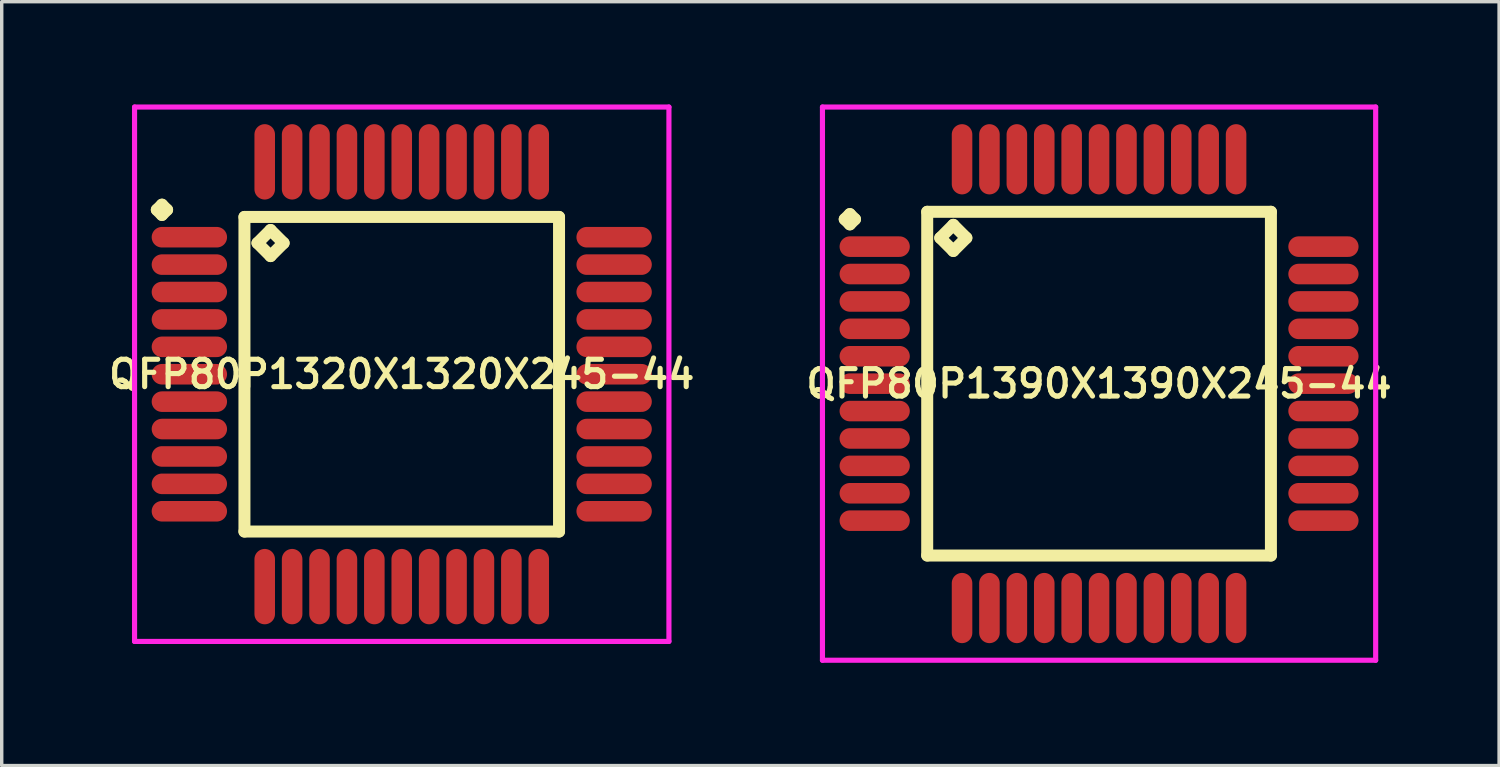
<source format=kicad_pcb>
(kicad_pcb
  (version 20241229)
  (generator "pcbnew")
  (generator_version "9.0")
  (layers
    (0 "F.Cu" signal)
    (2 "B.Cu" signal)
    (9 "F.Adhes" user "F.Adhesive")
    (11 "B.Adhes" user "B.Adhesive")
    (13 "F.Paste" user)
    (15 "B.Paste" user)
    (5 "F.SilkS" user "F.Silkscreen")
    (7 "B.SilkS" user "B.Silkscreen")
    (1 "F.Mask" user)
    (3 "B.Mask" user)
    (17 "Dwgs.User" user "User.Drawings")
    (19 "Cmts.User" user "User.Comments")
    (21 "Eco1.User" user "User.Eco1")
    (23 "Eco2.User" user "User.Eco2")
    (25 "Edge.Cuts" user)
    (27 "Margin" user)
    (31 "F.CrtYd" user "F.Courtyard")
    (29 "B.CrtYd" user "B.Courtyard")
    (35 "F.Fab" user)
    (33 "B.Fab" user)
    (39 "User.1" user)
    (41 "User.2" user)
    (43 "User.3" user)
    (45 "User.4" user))
  (footprint "QFP80P1390X1390X245-44"
    (layer "F.Cu")
    (at 29.035 8.15)
    (property "Reference" "QFP80P1390X1390X245-44" (at 0 0 0) (layer "F.SilkS") (effects (font (size 0.8 0.8) (thickness 0.15))))
    (attr smd)
    (fp_line (start -7.425 -4.8) (end -7.275 -4.95) (stroke (width 0.35) (type solid)) (layer "F.SilkS"))
    (fp_line (start -7.275 -4.95) (end -7.125 -4.8) (stroke (width 0.35) (type solid)) (layer "F.SilkS"))
    (fp_line (start -7.275 -4.65) (end -7.425 -4.8) (stroke (width 0.35) (type solid)) (layer "F.SilkS"))
    (fp_line (start -7.125 -4.8) (end -7.275 -4.65) (stroke (width 0.35) (type solid)) (layer "F.SilkS"))
    (fp_line (start -5.017 -5.017) (end -5.017 5.017) (stroke (width 0.35) (type solid)) (layer "F.SilkS"))
    (fp_line (start -5.017 5.017) (end 5.017 5.017) (stroke (width 0.35) (type solid)) (layer "F.SilkS"))
    (fp_line (start -4.636 -4.255) (end -4.255 -4.636) (stroke (width 0.35) (type solid)) (layer "F.SilkS"))
    (fp_line (start -4.255 -4.636) (end -3.874 -4.255) (stroke (width 0.35) (type solid)) (layer "F.SilkS"))
    (fp_line (start -4.255 -3.874) (end -4.636 -4.255) (stroke (width 0.35) (type solid)) (layer "F.SilkS"))
    (fp_line (start -3.874 -4.255) (end -4.255 -3.874) (stroke (width 0.35) (type solid)) (layer "F.SilkS"))
    (fp_line (start 5.017 -5.017) (end -5.017 -5.017) (stroke (width 0.35) (type solid)) (layer "F.SilkS"))
    (fp_line (start 5.017 5.017) (end 5.017 -5.017) (stroke (width 0.35) (type solid)) (layer "F.SilkS"))
    (fp_line (start -8.075 -8.075) (end 8.075 -8.075) (stroke (width 0.15) (type solid)) (layer "F.CrtYd"))
    (fp_line (start -8.075 8.075) (end -8.075 -8.075) (stroke (width 0.15) (type solid)) (layer "F.CrtYd"))
    (fp_line (start 8.075 -8.075) (end 8.075 8.075) (stroke (width 0.15) (type solid)) (layer "F.CrtYd"))
    (fp_line (start 8.075 8.075) (end -8.075 8.075) (stroke (width 0.15) (type solid)) (layer "F.CrtYd"))
    (pad "1" smd oval (at -6.55 -4) (size 2.05 0.6) (layers "F.Cu" "F.Mask" "F.Paste"))
    (pad "2" smd oval (at -6.55 -3.2) (size 2.05 0.6) (layers "F.Cu" "F.Mask" "F.Paste"))
    (pad "3" smd oval (at -6.55 -2.4) (size 2.05 0.6) (layers "F.Cu" "F.Mask" "F.Paste"))
    (pad "4" smd oval (at -6.55 -1.6) (size 2.05 0.6) (layers "F.Cu" "F.Mask" "F.Paste"))
    (pad "5" smd oval (at -6.55 -0.8) (size 2.05 0.6) (layers "F.Cu" "F.Mask" "F.Paste"))
    (pad "6" smd oval (at -6.55 0) (size 2.05 0.6) (layers "F.Cu" "F.Mask" "F.Paste"))
    (pad "7" smd oval (at -6.55 0.8) (size 2.05 0.6) (layers "F.Cu" "F.Mask" "F.Paste"))
    (pad "8" smd oval (at -6.55 1.6) (size 2.05 0.6) (layers "F.Cu" "F.Mask" "F.Paste"))
    (pad "9" smd oval (at -6.55 2.4) (size 2.05 0.6) (layers "F.Cu" "F.Mask" "F.Paste"))
    (pad "10" smd oval (at -6.55 3.2) (size 2.05 0.6) (layers "F.Cu" "F.Mask" "F.Paste"))
    (pad "11" smd oval (at -6.55 4) (size 2.05 0.6) (layers "F.Cu" "F.Mask" "F.Paste"))
    (pad "12" smd oval (at -4 6.55) (size 0.6 2.05) (layers "F.Cu" "F.Mask" "F.Paste"))
    (pad "13" smd oval (at -3.2 6.55) (size 0.6 2.05) (layers "F.Cu" "F.Mask" "F.Paste"))
    (pad "14" smd oval (at -2.4 6.55) (size 0.6 2.05) (layers "F.Cu" "F.Mask" "F.Paste"))
    (pad "15" smd oval (at -1.6 6.55) (size 0.6 2.05) (layers "F.Cu" "F.Mask" "F.Paste"))
    (pad "16" smd oval (at -0.8 6.55) (size 0.6 2.05) (layers "F.Cu" "F.Mask" "F.Paste"))
    (pad "17" smd oval (at 0 6.55) (size 0.6 2.05) (layers "F.Cu" "F.Mask" "F.Paste"))
    (pad "18" smd oval (at 0.8 6.55) (size 0.6 2.05) (layers "F.Cu" "F.Mask" "F.Paste"))
    (pad "19" smd oval (at 1.6 6.55) (size 0.6 2.05) (layers "F.Cu" "F.Mask" "F.Paste"))
    (pad "20" smd oval (at 2.4 6.55) (size 0.6 2.05) (layers "F.Cu" "F.Mask" "F.Paste"))
    (pad "21" smd oval (at 3.2 6.55) (size 0.6 2.05) (layers "F.Cu" "F.Mask" "F.Paste"))
    (pad "22" smd oval (at 4 6.55) (size 0.6 2.05) (layers "F.Cu" "F.Mask" "F.Paste"))
    (pad "23" smd oval (at 6.55 4) (size 2.05 0.6) (layers "F.Cu" "F.Mask" "F.Paste"))
    (pad "24" smd oval (at 6.55 3.2) (size 2.05 0.6) (layers "F.Cu" "F.Mask" "F.Paste"))
    (pad "25" smd oval (at 6.55 2.4) (size 2.05 0.6) (layers "F.Cu" "F.Mask" "F.Paste"))
    (pad "26" smd oval (at 6.55 1.6) (size 2.05 0.6) (layers "F.Cu" "F.Mask" "F.Paste"))
    (pad "27" smd oval (at 6.55 0.8) (size 2.05 0.6) (layers "F.Cu" "F.Mask" "F.Paste"))
    (pad "28" smd oval (at 6.55 0) (size 2.05 0.6) (layers "F.Cu" "F.Mask" "F.Paste"))
    (pad "29" smd oval (at 6.55 -0.8) (size 2.05 0.6) (layers "F.Cu" "F.Mask" "F.Paste"))
    (pad "30" smd oval (at 6.55 -1.6) (size 2.05 0.6) (layers "F.Cu" "F.Mask" "F.Paste"))
    (pad "31" smd oval (at 6.55 -2.4) (size 2.05 0.6) (layers "F.Cu" "F.Mask" "F.Paste"))
    (pad "32" smd oval (at 6.55 -3.2) (size 2.05 0.6) (layers "F.Cu" "F.Mask" "F.Paste"))
    (pad "33" smd oval (at 6.55 -4) (size 2.05 0.6) (layers "F.Cu" "F.Mask" "F.Paste"))
    (pad "34" smd oval (at 4 -6.55) (size 0.6 2.05) (layers "F.Cu" "F.Mask" "F.Paste"))
    (pad "35" smd oval (at 3.2 -6.55) (size 0.6 2.05) (layers "F.Cu" "F.Mask" "F.Paste"))
    (pad "36" smd oval (at 2.4 -6.55) (size 0.6 2.05) (layers "F.Cu" "F.Mask" "F.Paste"))
    (pad "37" smd oval (at 1.6 -6.55) (size 0.6 2.05) (layers "F.Cu" "F.Mask" "F.Paste"))
    (pad "38" smd oval (at 0.8 -6.55) (size 0.6 2.05) (layers "F.Cu" "F.Mask" "F.Paste"))
    (pad "39" smd oval (at 0 -6.55) (size 0.6 2.05) (layers "F.Cu" "F.Mask" "F.Paste"))
    (pad "40" smd oval (at -0.8 -6.55) (size 0.6 2.05) (layers "F.Cu" "F.Mask" "F.Paste"))
    (pad "41" smd oval (at -1.6 -6.55) (size 0.6 2.05) (layers "F.Cu" "F.Mask" "F.Paste"))
    (pad "42" smd oval (at -2.4 -6.55) (size 0.6 2.05) (layers "F.Cu" "F.Mask" "F.Paste"))
    (pad "43" smd oval (at -3.2 -6.55) (size 0.6 2.05) (layers "F.Cu" "F.Mask" "F.Paste"))
    (pad "44" smd oval (at -4 -6.55) (size 0.6 2.05) (layers "F.Cu" "F.Mask" "F.Paste")))
  (footprint "QFP80P1320X1320X245-44"
    (layer "F.Cu")
    (at 8.678 7.875)
    (property "Reference" "QFP80P1320X1320X245-44" (at 0 0 0) (layer "F.SilkS") (effects (font (size 0.8 0.8) (thickness 0.15))))
    (attr smd)
    (fp_line (start -7.15 -4.8) (end -7 -4.95) (stroke (width 0.35) (type solid)) (layer "F.SilkS"))
    (fp_line (start -7 -4.95) (end -6.85 -4.8) (stroke (width 0.35) (type solid)) (layer "F.SilkS"))
    (fp_line (start -7 -4.65) (end -7.15 -4.8) (stroke (width 0.35) (type solid)) (layer "F.SilkS"))
    (fp_line (start -6.85 -4.8) (end -7 -4.65) (stroke (width 0.35) (type solid)) (layer "F.SilkS"))
    (fp_line (start -4.592 -4.592) (end -4.592 4.592) (stroke (width 0.35) (type solid)) (layer "F.SilkS"))
    (fp_line (start -4.592 4.592) (end 4.592 4.592) (stroke (width 0.35) (type solid)) (layer "F.SilkS"))
    (fp_line (start -4.211 -3.83) (end -3.83 -4.211) (stroke (width 0.35) (type solid)) (layer "F.SilkS"))
    (fp_line (start -3.83 -4.211) (end -3.449 -3.83) (stroke (width 0.35) (type solid)) (layer "F.SilkS"))
    (fp_line (start -3.83 -3.449) (end -4.211 -3.83) (stroke (width 0.35) (type solid)) (layer "F.SilkS"))
    (fp_line (start -3.449 -3.83) (end -3.83 -3.449) (stroke (width 0.35) (type solid)) (layer "F.SilkS"))
    (fp_line (start 4.592 -4.592) (end -4.592 -4.592) (stroke (width 0.35) (type solid)) (layer "F.SilkS"))
    (fp_line (start 4.592 4.592) (end 4.592 -4.592) (stroke (width 0.35) (type solid)) (layer "F.SilkS"))
    (fp_line (start -7.8 -7.8) (end 7.8 -7.8) (stroke (width 0.15) (type solid)) (layer "F.CrtYd"))
    (fp_line (start -7.8 7.8) (end -7.8 -7.8) (stroke (width 0.15) (type solid)) (layer "F.CrtYd"))
    (fp_line (start 7.8 -7.8) (end 7.8 7.8) (stroke (width 0.15) (type solid)) (layer "F.CrtYd"))
    (fp_line (start 7.8 7.8) (end -7.8 7.8) (stroke (width 0.15) (type solid)) (layer "F.CrtYd"))
    (pad "1" smd oval (at -6.2 -4) (size 2.2 0.6) (layers "F.Cu" "F.Mask" "F.Paste"))
    (pad "2" smd oval (at -6.2 -3.2) (size 2.2 0.6) (layers "F.Cu" "F.Mask" "F.Paste"))
    (pad "3" smd oval (at -6.2 -2.4) (size 2.2 0.6) (layers "F.Cu" "F.Mask" "F.Paste"))
    (pad "4" smd oval (at -6.2 -1.6) (size 2.2 0.6) (layers "F.Cu" "F.Mask" "F.Paste"))
    (pad "5" smd oval (at -6.2 -0.8) (size 2.2 0.6) (layers "F.Cu" "F.Mask" "F.Paste"))
    (pad "6" smd oval (at -6.2 0) (size 2.2 0.6) (layers "F.Cu" "F.Mask" "F.Paste"))
    (pad "7" smd oval (at -6.2 0.8) (size 2.2 0.6) (layers "F.Cu" "F.Mask" "F.Paste"))
    (pad "8" smd oval (at -6.2 1.6) (size 2.2 0.6) (layers "F.Cu" "F.Mask" "F.Paste"))
    (pad "9" smd oval (at -6.2 2.4) (size 2.2 0.6) (layers "F.Cu" "F.Mask" "F.Paste"))
    (pad "10" smd oval (at -6.2 3.2) (size 2.2 0.6) (layers "F.Cu" "F.Mask" "F.Paste"))
    (pad "11" smd oval (at -6.2 4) (size 2.2 0.6) (layers "F.Cu" "F.Mask" "F.Paste"))
    (pad "12" smd oval (at -4 6.2) (size 0.6 2.2) (layers "F.Cu" "F.Mask" "F.Paste"))
    (pad "13" smd oval (at -3.2 6.2) (size 0.6 2.2) (layers "F.Cu" "F.Mask" "F.Paste"))
    (pad "14" smd oval (at -2.4 6.2) (size 0.6 2.2) (layers "F.Cu" "F.Mask" "F.Paste"))
    (pad "15" smd oval (at -1.6 6.2) (size 0.6 2.2) (layers "F.Cu" "F.Mask" "F.Paste"))
    (pad "16" smd oval (at -0.8 6.2) (size 0.6 2.2) (layers "F.Cu" "F.Mask" "F.Paste"))
    (pad "17" smd oval (at 0 6.2) (size 0.6 2.2) (layers "F.Cu" "F.Mask" "F.Paste"))
    (pad "18" smd oval (at 0.8 6.2) (size 0.6 2.2) (layers "F.Cu" "F.Mask" "F.Paste"))
    (pad "19" smd oval (at 1.6 6.2) (size 0.6 2.2) (layers "F.Cu" "F.Mask" "F.Paste"))
    (pad "20" smd oval (at 2.4 6.2) (size 0.6 2.2) (layers "F.Cu" "F.Mask" "F.Paste"))
    (pad "21" smd oval (at 3.2 6.2) (size 0.6 2.2) (layers "F.Cu" "F.Mask" "F.Paste"))
    (pad "22" smd oval (at 4 6.2) (size 0.6 2.2) (layers "F.Cu" "F.Mask" "F.Paste"))
    (pad "23" smd oval (at 6.2 4) (size 2.2 0.6) (layers "F.Cu" "F.Mask" "F.Paste"))
    (pad "24" smd oval (at 6.2 3.2) (size 2.2 0.6) (layers "F.Cu" "F.Mask" "F.Paste"))
    (pad "25" smd oval (at 6.2 2.4) (size 2.2 0.6) (layers "F.Cu" "F.Mask" "F.Paste"))
    (pad "26" smd oval (at 6.2 1.6) (size 2.2 0.6) (layers "F.Cu" "F.Mask" "F.Paste"))
    (pad "27" smd oval (at 6.2 0.8) (size 2.2 0.6) (layers "F.Cu" "F.Mask" "F.Paste"))
    (pad "28" smd oval (at 6.2 0) (size 2.2 0.6) (layers "F.Cu" "F.Mask" "F.Paste"))
    (pad "29" smd oval (at 6.2 -0.8) (size 2.2 0.6) (layers "F.Cu" "F.Mask" "F.Paste"))
    (pad "30" smd oval (at 6.2 -1.6) (size 2.2 0.6) (layers "F.Cu" "F.Mask" "F.Paste"))
    (pad "31" smd oval (at 6.2 -2.4) (size 2.2 0.6) (layers "F.Cu" "F.Mask" "F.Paste"))
    (pad "32" smd oval (at 6.2 -3.2) (size 2.2 0.6) (layers "F.Cu" "F.Mask" "F.Paste"))
    (pad "33" smd oval (at 6.2 -4) (size 2.2 0.6) (layers "F.Cu" "F.Mask" "F.Paste"))
    (pad "34" smd oval (at 4 -6.2) (size 0.6 2.2) (layers "F.Cu" "F.Mask" "F.Paste"))
    (pad "35" smd oval (at 3.2 -6.2) (size 0.6 2.2) (layers "F.Cu" "F.Mask" "F.Paste"))
    (pad "36" smd oval (at 2.4 -6.2) (size 0.6 2.2) (layers "F.Cu" "F.Mask" "F.Paste"))
    (pad "37" smd oval (at 1.6 -6.2) (size 0.6 2.2) (layers "F.Cu" "F.Mask" "F.Paste"))
    (pad "38" smd oval (at 0.8 -6.2) (size 0.6 2.2) (layers "F.Cu" "F.Mask" "F.Paste"))
    (pad "39" smd oval (at 0 -6.2) (size 0.6 2.2) (layers "F.Cu" "F.Mask" "F.Paste"))
    (pad "40" smd oval (at -0.8 -6.2) (size 0.6 2.2) (layers "F.Cu" "F.Mask" "F.Paste"))
    (pad "41" smd oval (at -1.6 -6.2) (size 0.6 2.2) (layers "F.Cu" "F.Mask" "F.Paste"))
    (pad "42" smd oval (at -2.4 -6.2) (size 0.6 2.2) (layers "F.Cu" "F.Mask" "F.Paste"))
    (pad "43" smd oval (at -3.2 -6.2) (size 0.6 2.2) (layers "F.Cu" "F.Mask" "F.Paste"))
    (pad "44" smd oval (at -4 -6.2) (size 0.6 2.2) (layers "F.Cu" "F.Mask" "F.Paste")))
  (gr_rect
    (start -3 -3)
    (end 40.713 19.3)
    (stroke (width 0.1) (type default))
    (fill no)
    (layer "Edge.Cuts")))
</source>
